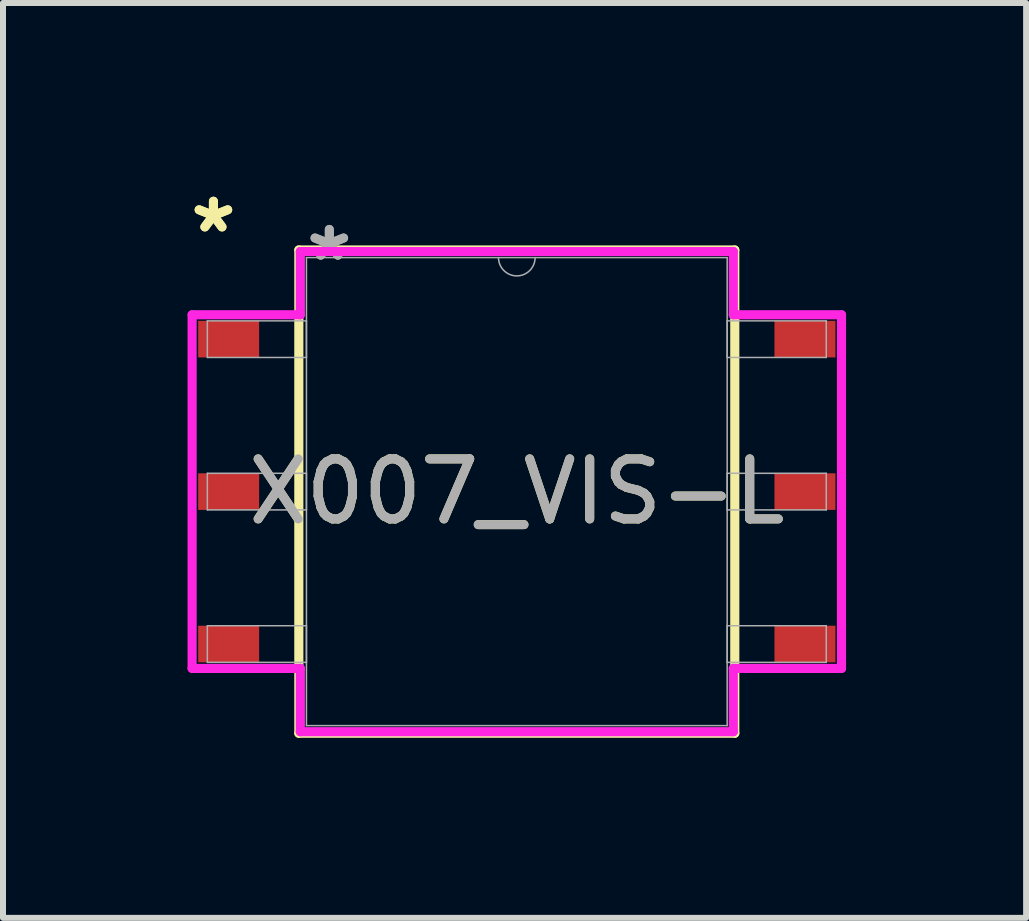
<source format=kicad_pcb>
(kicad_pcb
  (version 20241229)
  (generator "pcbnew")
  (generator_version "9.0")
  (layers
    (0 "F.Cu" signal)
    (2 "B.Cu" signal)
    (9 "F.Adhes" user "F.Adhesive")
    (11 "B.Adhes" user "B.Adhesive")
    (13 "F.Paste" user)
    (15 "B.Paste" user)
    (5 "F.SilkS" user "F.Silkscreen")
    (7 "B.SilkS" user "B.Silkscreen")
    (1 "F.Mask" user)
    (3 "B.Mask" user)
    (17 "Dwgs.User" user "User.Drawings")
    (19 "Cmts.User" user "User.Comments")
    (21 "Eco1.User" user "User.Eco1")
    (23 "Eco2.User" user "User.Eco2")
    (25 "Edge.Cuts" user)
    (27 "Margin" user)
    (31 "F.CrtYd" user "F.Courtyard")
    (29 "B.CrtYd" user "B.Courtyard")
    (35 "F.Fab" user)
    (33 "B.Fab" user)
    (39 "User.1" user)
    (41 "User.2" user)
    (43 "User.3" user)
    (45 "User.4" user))
  (footprint "X007_VIS-L"
    (layer "F.Cu")
    (at 5.561 5.141)
    (property "Reference" "X007_VIS-L" (at 0 0 0) (unlocked yes) (layer "F.SilkS") (effects (font (size 1 1) (thickness 0.15))))
    (attr smd)
    (fp_line (start -3.632 -4.026) (end -3.632 4.026) (stroke (width 0.152) (type solid)) (layer "F.SilkS"))
    (fp_line (start -3.632 4.026) (end 3.632 4.026) (stroke (width 0.152) (type solid)) (layer "F.SilkS"))
    (fp_line (start 3.632 -4.026) (end -3.632 -4.026) (stroke (width 0.152) (type solid)) (layer "F.SilkS"))
    (fp_line (start 3.632 4.026) (end 3.632 -4.026) (stroke (width 0.152) (type solid)) (layer "F.SilkS"))
    (fp_line (start -5.41 -2.946) (end -3.607 -2.946) (stroke (width 0.152) (type solid)) (layer "F.CrtYd"))
    (fp_line (start -5.41 2.946) (end -5.41 -2.946) (stroke (width 0.152) (type solid)) (layer "F.CrtYd"))
    (fp_line (start -5.41 2.946) (end -3.607 2.946) (stroke (width 0.152) (type solid)) (layer "F.CrtYd"))
    (fp_line (start -3.607 -4) (end 3.607 -4) (stroke (width 0.152) (type solid)) (layer "F.CrtYd"))
    (fp_line (start -3.607 -2.946) (end -3.607 -4) (stroke (width 0.152) (type solid)) (layer "F.CrtYd"))
    (fp_line (start -3.607 4) (end -3.607 2.946) (stroke (width 0.152) (type solid)) (layer "F.CrtYd"))
    (fp_line (start 3.607 -4) (end 3.607 -2.946) (stroke (width 0.152) (type solid)) (layer "F.CrtYd"))
    (fp_line (start 3.607 2.946) (end 3.607 4) (stroke (width 0.152) (type solid)) (layer "F.CrtYd"))
    (fp_line (start 3.607 4) (end -3.607 4) (stroke (width 0.152) (type solid)) (layer "F.CrtYd"))
    (fp_line (start 5.41 -2.946) (end 3.607 -2.946) (stroke (width 0.152) (type solid)) (layer "F.CrtYd"))
    (fp_line (start 5.41 -2.946) (end 5.41 2.946) (stroke (width 0.152) (type solid)) (layer "F.CrtYd"))
    (fp_line (start 5.41 2.946) (end 3.607 2.946) (stroke (width 0.152) (type solid)) (layer "F.CrtYd"))
    (fp_line (start -5.156 -2.845) (end -5.156 -2.235) (stroke (width 0.025) (type solid)) (layer "F.Fab"))
    (fp_line (start -5.156 -2.235) (end -3.505 -2.235) (stroke (width 0.025) (type solid)) (layer "F.Fab"))
    (fp_line (start -5.156 -0.305) (end -5.156 0.305) (stroke (width 0.025) (type solid)) (layer "F.Fab"))
    (fp_line (start -5.156 0.305) (end -3.505 0.305) (stroke (width 0.025) (type solid)) (layer "F.Fab"))
    (fp_line (start -5.156 2.235) (end -5.156 2.845) (stroke (width 0.025) (type solid)) (layer "F.Fab"))
    (fp_line (start -5.156 2.845) (end -3.505 2.845) (stroke (width 0.025) (type solid)) (layer "F.Fab"))
    (fp_line (start -3.505 -3.899) (end -3.505 3.899) (stroke (width 0.025) (type solid)) (layer "F.Fab"))
    (fp_line (start -3.505 -2.845) (end -5.156 -2.845) (stroke (width 0.025) (type solid)) (layer "F.Fab"))
    (fp_line (start -3.505 -2.235) (end -3.505 -2.845) (stroke (width 0.025) (type solid)) (layer "F.Fab"))
    (fp_line (start -3.505 -0.305) (end -5.156 -0.305) (stroke (width 0.025) (type solid)) (layer "F.Fab"))
    (fp_line (start -3.505 0.305) (end -3.505 -0.305) (stroke (width 0.025) (type solid)) (layer "F.Fab"))
    (fp_line (start -3.505 2.235) (end -5.156 2.235) (stroke (width 0.025) (type solid)) (layer "F.Fab"))
    (fp_line (start -3.505 2.845) (end -3.505 2.235) (stroke (width 0.025) (type solid)) (layer "F.Fab"))
    (fp_line (start -3.505 3.899) (end 3.505 3.899) (stroke (width 0.025) (type solid)) (layer "F.Fab"))
    (fp_line (start 3.505 -3.899) (end -3.505 -3.899) (stroke (width 0.025) (type solid)) (layer "F.Fab"))
    (fp_line (start 3.505 -2.845) (end 3.505 -2.235) (stroke (width 0.025) (type solid)) (layer "F.Fab"))
    (fp_line (start 3.505 -2.235) (end 5.156 -2.235) (stroke (width 0.025) (type solid)) (layer "F.Fab"))
    (fp_line (start 3.505 -0.305) (end 3.505 0.305) (stroke (width 0.025) (type solid)) (layer "F.Fab"))
    (fp_line (start 3.505 0.305) (end 5.156 0.305) (stroke (width 0.025) (type solid)) (layer "F.Fab"))
    (fp_line (start 3.505 2.235) (end 3.505 2.845) (stroke (width 0.025) (type solid)) (layer "F.Fab"))
    (fp_line (start 3.505 2.845) (end 5.156 2.845) (stroke (width 0.025) (type solid)) (layer "F.Fab"))
    (fp_line (start 3.505 3.899) (end 3.505 -3.899) (stroke (width 0.025) (type solid)) (layer "F.Fab"))
    (fp_line (start 5.156 -2.845) (end 3.505 -2.845) (stroke (width 0.025) (type solid)) (layer "F.Fab"))
    (fp_line (start 5.156 -2.235) (end 5.156 -2.845) (stroke (width 0.025) (type solid)) (layer "F.Fab"))
    (fp_line (start 5.156 -0.305) (end 3.505 -0.305) (stroke (width 0.025) (type solid)) (layer "F.Fab"))
    (fp_line (start 5.156 0.305) (end 5.156 -0.305) (stroke (width 0.025) (type solid)) (layer "F.Fab"))
    (fp_line (start 5.156 2.235) (end 3.505 2.235) (stroke (width 0.025) (type solid)) (layer "F.Fab"))
    (fp_line (start 5.156 2.845) (end 5.156 2.235) (stroke (width 0.025) (type solid)) (layer "F.Fab"))
    (fp_arc (start 0.3048 -3.8989) (mid 0 -3.5941) (end -0.3048 -3.8989) (stroke (width 0.0254) (type solid)) (layer "F.Fab"))
    (fp_text user "*" (at -5.055 -4.293 0) (unlocked yes) (layer "F.SilkS") (effects (font (size 1 1) (thickness 0.15))))
    (fp_text user "*" (at -5.055 -4.293 0) (layer "F.SilkS") (effects (font (size 1 1) (thickness 0.15))))
    (fp_text user "*" (at -3.124 -3.823 0) (layer "F.Fab") (effects (font (size 1 1) (thickness 0.15))))
    (fp_text user "${REFERENCE}" (at 0 0 0) (unlocked yes) (layer "F.Fab") (effects (font (size 1 1) (thickness 0.15))))
    (fp_text user "*" (at -3.124 -3.823 0) (unlocked yes) (layer "F.Fab") (effects (font (size 1 1) (thickness 0.15))))
    (pad "1" smd rect (at -4.801 -2.54) (size 1.016 0.61) (layers "F.Cu" "F.Mask" "F.Paste"))
    (pad "2" smd rect (at -4.801 0) (size 1.016 0.61) (layers "F.Cu" "F.Mask" "F.Paste"))
    (pad "3" smd rect (at -4.801 2.54) (size 1.016 0.61) (layers "F.Cu" "F.Mask" "F.Paste"))
    (pad "4" smd rect (at 4.801 2.54) (size 1.016 0.61) (layers "F.Cu" "F.Mask" "F.Paste"))
    (pad "5" smd rect (at 4.801 0) (size 1.016 0.61) (layers "F.Cu" "F.Mask" "F.Paste"))
    (pad "6" smd rect (at 4.801 -2.54) (size 1.016 0.61) (layers "F.Cu" "F.Mask" "F.Paste")))
  (gr_rect
    (start -3 -3)
    (end 14.047 12.243)
    (stroke (width 0.1) (type default))
    (fill no)
    (layer "Edge.Cuts")))
</source>
